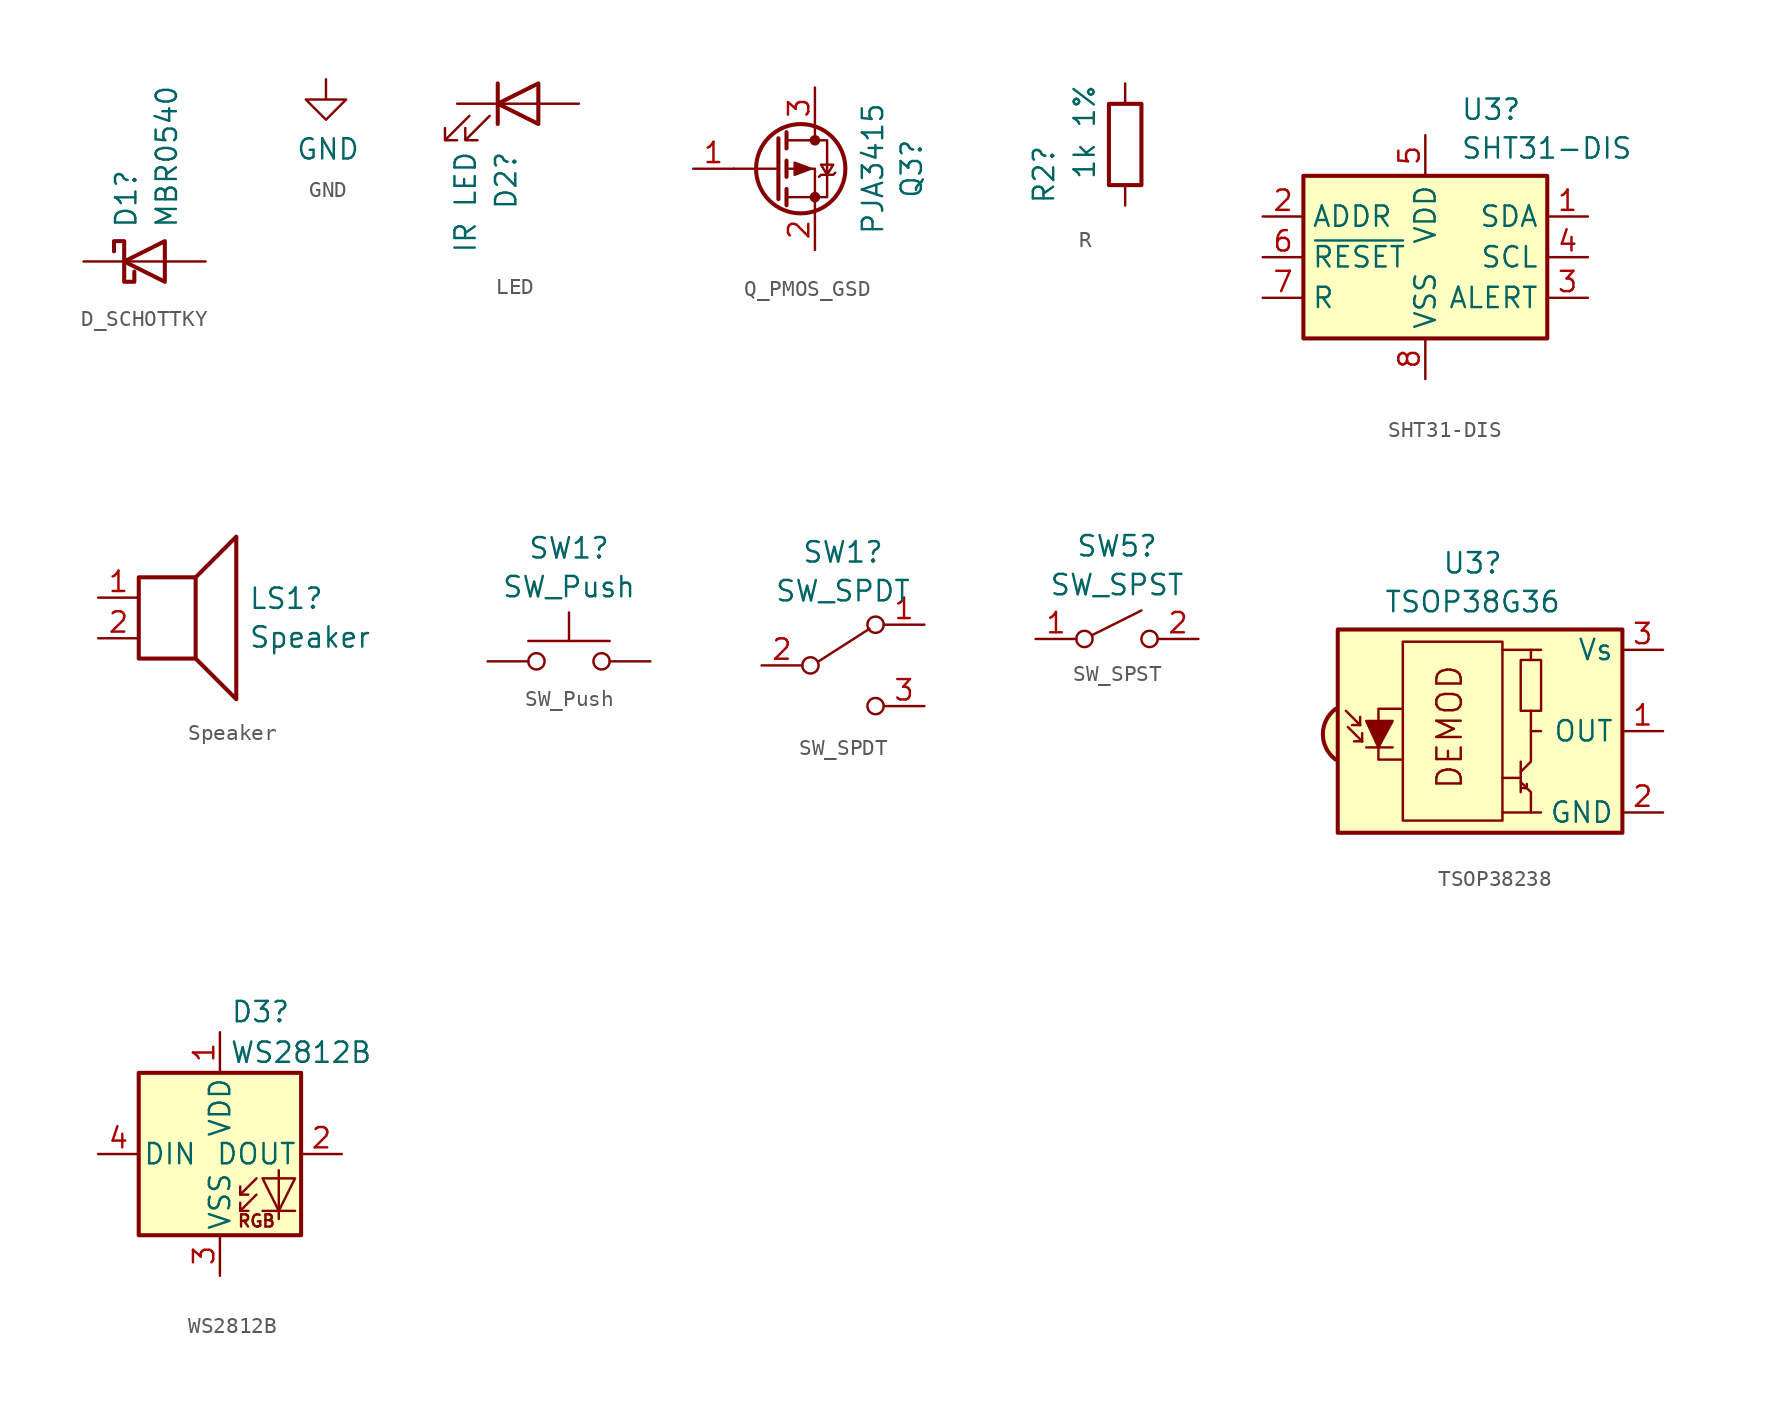
<source format=kicad_sym>
(kicad_symbol_lib
  (version 20220914)
  (generator kicad_symbol_editor)
  (symbol "D_SCHOTTKY"
    (pin_numbers hide)
    (pin_names
      (offset 1.016) hide)
    (property "Reference" "D1"
      (at -1.152 2.032 90)
      (effects (font (size 1.27 1.27)) (justify left)))
    (property "Value" "MBR0540"
      (at 1.385 2.032 90)
      (effects (font (size 1.27 1.27)) (justify left)))
    (symbol "D_SCHOTTKY_0_1"
      (polyline (pts (xy 1.27 0) (xy -1.27 0)) (stroke (width 0) (type default)) (fill (type none)))
      (polyline (pts (xy 1.27 1.27) (xy 1.27 -1.27) (xy -1.27 0) (xy 1.27 1.27)) (stroke (width 0.254) (type default)) (fill (type none)))
      (polyline (pts (xy -1.905 0.635) (xy -1.905 1.27) (xy -1.27 1.27) (xy -1.27 -1.27) (xy -0.635 -1.27) (xy -0.635 -0.635)) (stroke (width 0.254) (type default)) (fill (type none))))
    (symbol "D_SCHOTTKY_1_1"
      (pin passive line (at -3.81 0 0) (length 2.54) (name "K" (effects (font (size 1.27 1.27)))) (number "1" (effects (font (size 1.27 1.27)))))
      (pin passive line (at 3.81 0 180) (length 2.54) (name "A" (effects (font (size 1.27 1.27)))) (number "2" (effects (font (size 1.27 1.27)))))))
  (symbol "GND"
    (power)
    (pin_names
      (offset 0))
    (property "Reference" "#PWR04"
      (at 0 -6.35 0)
      (effects (font (size 1.27 1.27)) hide))
    (property "Value" "GND"
      (at 0.127 -4.394 0)
      (effects (font (size 1.27 1.27))))
    (symbol "GND_0_1"
      (polyline (pts (xy 0 0) (xy 0 -1.27) (xy 1.27 -1.27) (xy 0 -2.54) (xy -1.27 -1.27) (xy 0 -1.27)) (stroke (width 0) (type default)) (fill (type none))))
    (symbol "GND_1_1"
      (pin power_in line (at 0 0 270) (length 0) hide (name "GND" (effects (font (size 1.27 1.27)))) (number "1" (effects (font (size 1.27 1.27)))))))
  (symbol "LED"
    (pin_numbers hide)
    (pin_names
      (offset 1.016) hide)
    (property "Reference" "D2"
      (at -0.753 -2.921 90)
      (effects (font (size 1.27 1.27)) (justify right)))
    (property "Value" "IR LED"
      (at -3.29 -2.921 90)
      (effects (font (size 1.27 1.27)) (justify right)))
    (symbol "LED_0_1"
      (polyline (pts (xy -1.27 -1.27) (xy -1.27 1.27)) (stroke (width 0.254) (type default)) (fill (type none)))
      (polyline (pts (xy -1.27 0) (xy 1.27 0)) (stroke (width 0) (type default)) (fill (type none)))
      (polyline (pts (xy 1.27 -1.27) (xy 1.27 1.27) (xy -1.27 0) (xy 1.27 -1.27)) (stroke (width 0.254) (type default)) (fill (type none)))
      (polyline (pts (xy -3.048 -0.762) (xy -4.572 -2.286) (xy -3.81 -2.286) (xy -4.572 -2.286) (xy -4.572 -1.524)) (stroke (width 0) (type default)) (fill (type none)))
      (polyline (pts (xy -1.778 -0.762) (xy -3.302 -2.286) (xy -2.54 -2.286) (xy -3.302 -2.286) (xy -3.302 -1.524)) (stroke (width 0) (type default)) (fill (type none))))
    (symbol "LED_1_1"
      (pin passive line (at -3.81 0 0) (length 2.54) (name "K" (effects (font (size 1.27 1.27)))) (number "1" (effects (font (size 1.27 1.27)))))
      (pin passive line (at 3.81 0 180) (length 2.54) (name "A" (effects (font (size 1.27 1.27)))) (number "2" (effects (font (size 1.27 1.27)))))))
  (symbol "Q_PMOS_GSD"
    (pin_names
      (offset 0) hide)
    (property "Reference" "Q3"
      (at 8.589 0 90)
      (effects (font (size 1.27 1.27))))
    (property "Value" "PJA3415"
      (at 6.165 0 90)
      (effects (font (size 1.27 1.27))))
    (symbol "Q_PMOS_GSD_0_1"
      (polyline (pts (xy 0.254 0) (xy -2.54 0)) (stroke (width 0) (type default)) (fill (type none)))
      (polyline (pts (xy 0.254 1.905) (xy 0.254 -1.905)) (stroke (width 0.254) (type default)) (fill (type none)))
      (polyline (pts (xy 0.762 -1.27) (xy 0.762 -2.286)) (stroke (width 0.254) (type default)) (fill (type none)))
      (polyline (pts (xy 0.762 0.508) (xy 0.762 -0.508)) (stroke (width 0.254) (type default)) (fill (type none)))
      (polyline (pts (xy 0.762 2.286) (xy 0.762 1.27)) (stroke (width 0.254) (type default)) (fill (type none)))
      (polyline (pts (xy 2.54 2.54) (xy 2.54 1.778)) (stroke (width 0) (type default)) (fill (type none)))
      (polyline (pts (xy 2.54 -2.54) (xy 2.54 0) (xy 0.762 0)) (stroke (width 0) (type default)) (fill (type none)))
      (polyline (pts (xy 0.762 1.778) (xy 3.302 1.778) (xy 3.302 -1.778) (xy 0.762 -1.778)) (stroke (width 0) (type default)) (fill (type none)))
      (polyline (pts (xy 2.286 0) (xy 1.27 0.381) (xy 1.27 -0.381) (xy 2.286 0)) (stroke (width 0) (type default)) (fill (type outline)))
      (polyline (pts (xy 2.794 -0.508) (xy 2.921 -0.381) (xy 3.683 -0.381) (xy 3.81 -0.254)) (stroke (width 0) (type default)) (fill (type none)))
      (polyline (pts (xy 3.302 -0.381) (xy 2.921 0.254) (xy 3.683 0.254) (xy 3.302 -0.381)) (stroke (width 0) (type default)) (fill (type none)))
      (circle (center 1.651 0) (radius 2.794) (stroke (width 0.254) (type default)) (fill (type none)))
      (circle (center 2.54 -1.778) (radius 0.254) (stroke (width 0) (type default)) (fill (type outline)))
      (circle (center 2.54 1.778) (radius 0.254) (stroke (width 0) (type default)) (fill (type outline))))
    (symbol "Q_PMOS_GSD_1_1"
      (pin input line (at -5.08 0 0) (length 2.54) (name "G" (effects (font (size 1.27 1.27)))) (number "1" (effects (font (size 1.27 1.27)))))
      (pin passive line (at 2.54 -5.08 90) (length 2.54) (name "S" (effects (font (size 1.27 1.27)))) (number "2" (effects (font (size 1.27 1.27)))))
      (pin passive line (at 2.54 5.08 270) (length 2.54) (name "D" (effects (font (size 1.27 1.27)))) (number "3" (effects (font (size 1.27 1.27)))))))
  (symbol "R"
    (pin_numbers hide)
    (pin_names
      (offset 0))
    (property "Reference" "R2"
      (at -5.08 0 90)
      (effects (font (size 1.27 1.27)) (justify right)))
    (property "Value" "1k 1%"
      (at -2.54 3.81 90)
      (effects (font (size 1.27 1.27)) (justify right)))
    (symbol "R_0_1"
      (rectangle (start -1.016 -2.54) (end 1.016 2.54) (stroke (width 0.254) (type default)) (fill (type none))))
    (symbol "R_1_1"
      (pin passive line (at 0 3.81 270) (length 1.27) (name "~" (effects (font (size 1.27 1.27)))) (number "1" (effects (font (size 1.27 1.27)))))
      (pin passive line (at 0 -3.81 90) (length 1.27) (name "~" (effects (font (size 1.27 1.27)))) (number "2" (effects (font (size 1.27 1.27)))))))
  (symbol "SHT31-DIS"
    (property "Reference" "U3"
      (at 2.194 9.224 0)
      (effects (font (size 1.27 1.27)) (justify left)))
    (property "Value" "SHT31-DIS"
      (at 2.194 6.8 0)
      (effects (font (size 1.27 1.27)) (justify left)))
    (symbol "SHT31-DIS_0_1"
      (rectangle (start -7.62 5.08) (end 7.62 -5.08) (stroke (width 0.254) (type default)) (fill (type background))))
    (symbol "SHT31-DIS_1_1"
      (pin bidirectional line (at 10.16 2.54 180) (length 2.54) (name "SDA" (effects (font (size 1.27 1.27)))) (number "1" (effects (font (size 1.27 1.27)))))
      (pin input line (at -10.16 2.54 0) (length 2.54) (name "ADDR" (effects (font (size 1.27 1.27)))) (number "2" (effects (font (size 1.27 1.27)))))
      (pin output line (at 10.16 -2.54 180) (length 2.54) (name "ALERT" (effects (font (size 1.27 1.27)))) (number "3" (effects (font (size 1.27 1.27)))))
      (pin input line (at 10.16 0 180) (length 2.54) (name "SCL" (effects (font (size 1.27 1.27)))) (number "4" (effects (font (size 1.27 1.27)))))
      (pin power_in line (at 0 7.62 270) (length 2.54) (name "VDD" (effects (font (size 1.27 1.27)))) (number "5" (effects (font (size 1.27 1.27)))))
      (pin input line (at -10.16 0 0) (length 2.54) (name "~{RESET}" (effects (font (size 1.27 1.27)))) (number "6" (effects (font (size 1.27 1.27)))))
      (pin passive line (at -10.16 -2.54 0) (length 2.54) (name "R" (effects (font (size 1.27 1.27)))) (number "7" (effects (font (size 1.27 1.27)))))
      (pin power_in line (at 0 -7.62 90) (length 2.54) (name "VSS" (effects (font (size 1.27 1.27)))) (number "8" (effects (font (size 1.27 1.27)))))
      (pin passive line (at 0 -7.62 90) (length 2.54) hide (name "VSS" (effects (font (size 1.27 1.27)))) (number "9" (effects (font (size 1.27 1.27)))))))
  (symbol "Speaker"
    (pin_names
      (offset 0) hide)
    (property "Reference" "LS1"
      (at 4.318 -0.058 0)
      (effects (font (size 1.27 1.27)) (justify left)))
    (property "Value" "Speaker"
      (at 4.318 -2.482 0)
      (effects (font (size 1.27 1.27)) (justify left)))
    (symbol "Speaker_0_0"
      (rectangle (start -2.54 1.27) (end 1.016 -3.81) (stroke (width 0.254) (type default)) (fill (type none)))
      (polyline (pts (xy 1.016 1.27) (xy 3.556 3.81) (xy 3.556 -6.35) (xy 1.016 -3.81)) (stroke (width 0.254) (type default)) (fill (type none))))
    (symbol "Speaker_1_1"
      (pin input line (at -5.08 0 0) (length 2.54) (name "1" (effects (font (size 1.27 1.27)))) (number "1" (effects (font (size 1.27 1.27)))))
      (pin input line (at -5.08 -2.54 0) (length 2.54) (name "2" (effects (font (size 1.27 1.27)))) (number "2" (effects (font (size 1.27 1.27)))))))
  (symbol "SW_Push"
    (pin_numbers hide)
    (pin_names
      (offset 1.016) hide)
    (property "Reference" "SW1"
      (at 0 7.065 0)
      (effects (font (size 1.27 1.27))))
    (property "Value" "SW_Push"
      (at 0 4.641 0)
      (effects (font (size 1.27 1.27))))
    (symbol "SW_Push_0_1"
      (circle (center -2.032 0) (radius 0.508) (stroke (width 0) (type default)) (fill (type none)))
      (polyline (pts (xy 0 1.27) (xy 0 3.048)) (stroke (width 0) (type default)) (fill (type none)))
      (polyline (pts (xy 2.54 1.27) (xy -2.54 1.27)) (stroke (width 0) (type default)) (fill (type none)))
      (circle (center 2.032 0) (radius 0.508) (stroke (width 0) (type default)) (fill (type none)))
      (pin passive line (at -5.08 0 0) (length 2.54) (name "1" (effects (font (size 1.27 1.27)))) (number "1" (effects (font (size 1.27 1.27)))))
      (pin passive line (at 5.08 0 180) (length 2.54) (name "2" (effects (font (size 1.27 1.27)))) (number "2" (effects (font (size 1.27 1.27)))))))
  (symbol "SW_SPDT"
    (pin_names
      (offset 0) hide)
    (property "Reference" "SW1"
      (at 0 7.065 0)
      (effects (font (size 1.27 1.27))))
    (property "Value" "SW_SPDT"
      (at 0 4.641 0)
      (effects (font (size 1.27 1.27))))
    (symbol "SW_SPDT_0_0"
      (circle (center -2.032 0) (radius 0.508) (stroke (width 0) (type default)) (fill (type none)))
      (circle (center 2.032 -2.54) (radius 0.508) (stroke (width 0) (type default)) (fill (type none))))
    (symbol "SW_SPDT_0_1"
      (polyline (pts (xy -1.524 0.254) (xy 1.651 2.286)) (stroke (width 0) (type default)) (fill (type none)))
      (circle (center 2.032 2.54) (radius 0.508) (stroke (width 0) (type default)) (fill (type none))))
    (symbol "SW_SPDT_1_1"
      (pin passive line (at 5.08 2.54 180) (length 2.54) (name "A" (effects (font (size 1.27 1.27)))) (number "1" (effects (font (size 1.27 1.27)))))
      (pin passive line (at -5.08 0 0) (length 2.54) (name "B" (effects (font (size 1.27 1.27)))) (number "2" (effects (font (size 1.27 1.27)))))
      (pin passive line (at 5.08 -2.54 180) (length 2.54) (name "C" (effects (font (size 1.27 1.27)))) (number "3" (effects (font (size 1.27 1.27)))))))
  (symbol "SW_SPST"
    (pin_names
      (offset 0) hide)
    (property "Reference" "SW5"
      (at 0 5.795 0)
      (effects (font (size 1.27 1.27))))
    (property "Value" "SW_SPST"
      (at 0 3.371 0)
      (effects (font (size 1.27 1.27))))
    (symbol "SW_SPST_0_0"
      (circle (center -2.032 0) (radius 0.508) (stroke (width 0) (type default)) (fill (type none)))
      (polyline (pts (xy -1.524 0.254) (xy 1.524 1.778)) (stroke (width 0) (type default)) (fill (type none)))
      (circle (center 2.032 0) (radius 0.508) (stroke (width 0) (type default)) (fill (type none))))
    (symbol "SW_SPST_1_1"
      (pin passive line (at -5.08 0 0) (length 2.54) (name "A" (effects (font (size 1.27 1.27)))) (number "1" (effects (font (size 1.27 1.27)))))
      (pin passive line (at 5.08 0 180) (length 2.54) (name "B" (effects (font (size 1.27 1.27)))) (number "2" (effects (font (size 1.27 1.27)))))))
  (symbol "TSOP38238"
    (property "Reference" "U3"
      (at -1.735 10.494 0)
      (effects (font (size 1.27 1.27))))
    (property "Value" "TSOP38G36"
      (at -1.735 8.07 0)
      (effects (font (size 1.27 1.27))))
    (symbol "TSOP38238_0_0"
      (arc (start -10.287 1.397) (mid -11.0899 -0.1852) (end -10.287 -1.778) (stroke (width 0.254) (type default)) (fill (type background)))
      (polyline (pts (xy 1.905 -5.08) (xy 0.127 -5.08)) (stroke (width 0) (type default)) (fill (type none)))
      (polyline (pts (xy 1.905 5.08) (xy 0.127 5.08)) (stroke (width 0) (type default)) (fill (type none)))
      (text "DEMOD" (at -3.175 0.254 900) (effects (font (size 1.524 1.524)))))
    (symbol "TSOP38238_0_1"
      (rectangle (start -6.096 5.588) (end 0.127 -5.588) (stroke (width 0) (type default)) (fill (type none)))
      (polyline (pts (xy -8.763 0.381) (xy -9.652 1.27)) (stroke (width 0) (type default)) (fill (type none)))
      (polyline (pts (xy -8.763 0.381) (xy -9.271 0.381)) (stroke (width 0) (type default)) (fill (type none)))
      (polyline (pts (xy -8.763 0.381) (xy -8.763 0.889)) (stroke (width 0) (type default)) (fill (type none)))
      (polyline (pts (xy -8.636 -0.635) (xy -9.525 0.254)) (stroke (width 0) (type default)) (fill (type none)))
      (polyline (pts (xy -8.636 -0.635) (xy -9.144 -0.635)) (stroke (width 0) (type default)) (fill (type none)))
      (polyline (pts (xy -8.636 -0.635) (xy -8.636 -0.127)) (stroke (width 0) (type default)) (fill (type none)))
      (polyline (pts (xy -8.382 -1.016) (xy -6.731 -1.016)) (stroke (width 0) (type default)) (fill (type none)))
      (polyline (pts (xy 1.27 -2.921) (xy 0.127 -2.921)) (stroke (width 0) (type default)) (fill (type none)))
      (polyline (pts (xy 1.27 -1.905) (xy 1.27 -3.81)) (stroke (width 0) (type default)) (fill (type none)))
      (polyline (pts (xy 1.397 -3.556) (xy 1.524 -3.556)) (stroke (width 0) (type default)) (fill (type none)))
      (polyline (pts (xy 1.651 -3.556) (xy 1.524 -3.556)) (stroke (width 0) (type default)) (fill (type none)))
      (polyline (pts (xy 1.651 -3.556) (xy 1.651 -3.302)) (stroke (width 0) (type default)) (fill (type none)))
      (polyline (pts (xy 1.905 0) (xy 1.905 1.27)) (stroke (width 0) (type default)) (fill (type none)))
      (polyline (pts (xy 1.905 4.445) (xy 1.905 5.08) (xy 2.54 5.08)) (stroke (width 0) (type default)) (fill (type none)))
      (polyline (pts (xy -8.382 0.635) (xy -6.731 0.635) (xy -7.62 -1.016) (xy -8.382 0.635)) (stroke (width 0) (type default)) (fill (type outline)))
      (polyline (pts (xy -6.096 1.397) (xy -7.62 1.397) (xy -7.62 -1.778) (xy -6.096 -1.778)) (stroke (width 0) (type default)) (fill (type none)))
      (polyline (pts (xy 1.27 -3.175) (xy 1.905 -3.81) (xy 1.905 -5.08) (xy 2.54 -5.08)) (stroke (width 0) (type default)) (fill (type none)))
      (polyline (pts (xy 1.27 -2.54) (xy 1.905 -1.905) (xy 1.905 0) (xy 2.54 0)) (stroke (width 0) (type default)) (fill (type none)))
      (rectangle (start 2.54 1.27) (end 1.27 4.445) (stroke (width 0) (type default)) (fill (type none)))
      (rectangle (start 7.62 6.35) (end -10.16 -6.35) (stroke (width 0.254) (type default)) (fill (type background))))
    (symbol "TSOP38238_1_1"
      (pin output line (at 10.16 0 180) (length 2.54) (name "OUT" (effects (font (size 1.27 1.27)))) (number "1" (effects (font (size 1.27 1.27)))))
      (pin power_in line (at 10.16 -5.08 180) (length 2.54) (name "GND" (effects (font (size 1.27 1.27)))) (number "2" (effects (font (size 1.27 1.27)))))
      (pin power_in line (at 10.16 5.08 180) (length 2.54) (name "Vs" (effects (font (size 1.27 1.27)))) (number "3" (effects (font (size 1.27 1.27)))))))
  (symbol "WS2812B"
    (pin_names
      (offset 0.254))
    (property "Reference" "D3"
      (at 2.54 8.89 0)
      (effects (font (size 1.27 1.27))))
    (property "Value" "WS2812B"
      (at 5.08 6.35 0)
      (effects (font (size 1.27 1.27))))
    (symbol "WS2812B_0_0"
      (text "RGB" (at 2.286 -4.191 0) (effects (font (size 0.762 0.762)))))
    (symbol "WS2812B_0_1"
      (polyline (pts (xy 1.27 -3.556) (xy 1.778 -3.556)) (stroke (width 0) (type default)) (fill (type none)))
      (polyline (pts (xy 1.27 -2.54) (xy 1.778 -2.54)) (stroke (width 0) (type default)) (fill (type none)))
      (polyline (pts (xy 4.699 -3.556) (xy 2.667 -3.556)) (stroke (width 0) (type default)) (fill (type none)))
      (polyline (pts (xy 2.286 -2.54) (xy 1.27 -3.556) (xy 1.27 -3.048)) (stroke (width 0) (type default)) (fill (type none)))
      (polyline (pts (xy 2.286 -1.524) (xy 1.27 -2.54) (xy 1.27 -2.032)) (stroke (width 0) (type default)) (fill (type none)))
      (polyline (pts (xy 3.683 -1.016) (xy 3.683 -3.556) (xy 3.683 -4.064)) (stroke (width 0) (type default)) (fill (type none)))
      (polyline (pts (xy 4.699 -1.524) (xy 2.667 -1.524) (xy 3.683 -3.556) (xy 4.699 -1.524)) (stroke (width 0) (type default)) (fill (type none)))
      (rectangle (start 5.08 5.08) (end -5.08 -5.08) (stroke (width 0.254) (type default)) (fill (type background))))
    (symbol "WS2812B_1_1"
      (pin power_in line (at 0 7.62 270) (length 2.54) (name "VDD" (effects (font (size 1.27 1.27)))) (number "1" (effects (font (size 1.27 1.27)))))
      (pin output line (at 7.62 0 180) (length 2.54) (name "DOUT" (effects (font (size 1.27 1.27)))) (number "2" (effects (font (size 1.27 1.27)))))
      (pin power_in line (at 0 -7.62 90) (length 2.54) (name "VSS" (effects (font (size 1.27 1.27)))) (number "3" (effects (font (size 1.27 1.27)))))
      (pin input line (at -7.62 0 0) (length 2.54) (name "DIN" (effects (font (size 1.27 1.27)))) (number "4" (effects (font (size 1.27 1.27))))))))
</source>
